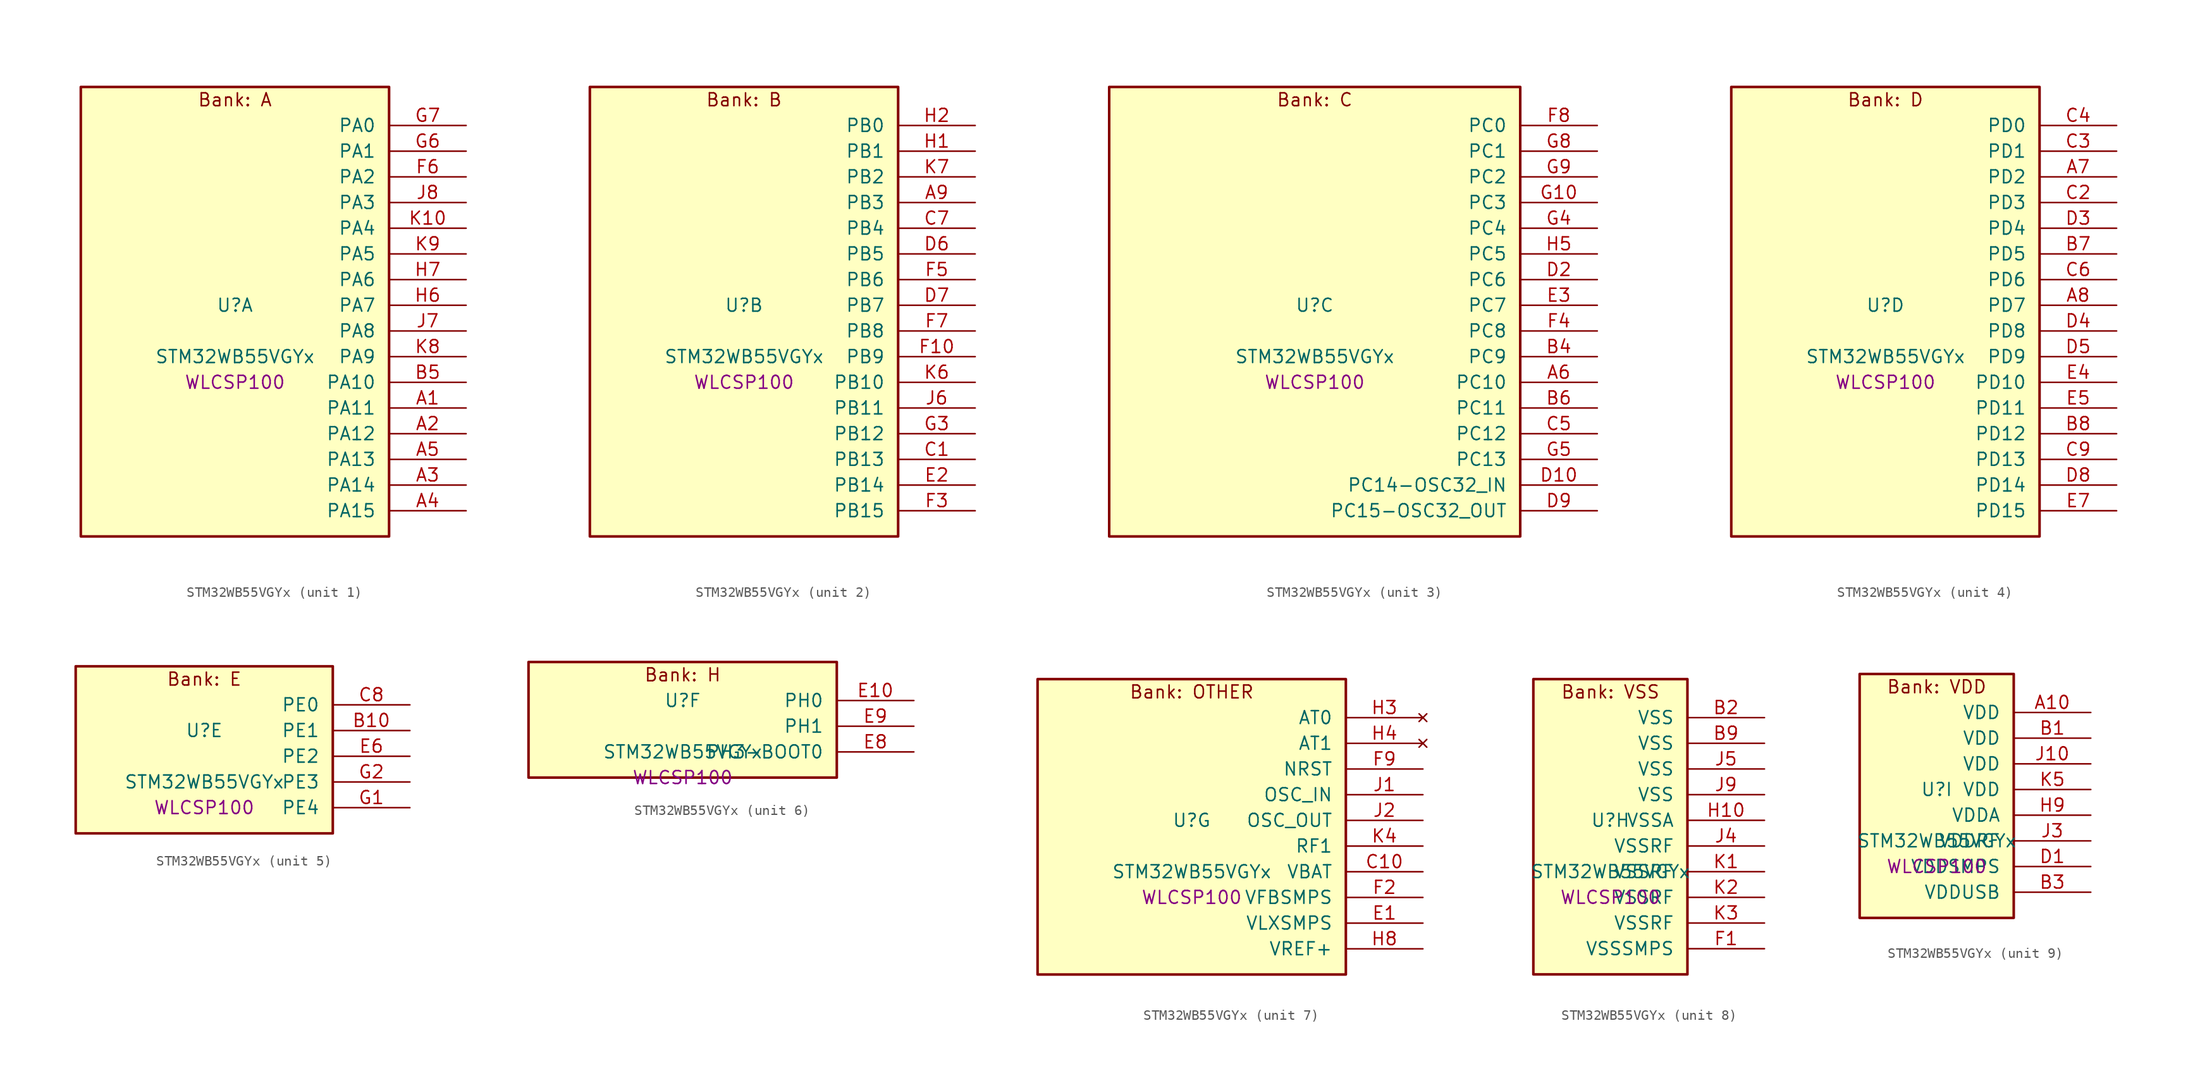
<source format=kicad_sym>
(kicad_symbol_lib
  (version 20241209)
  (generator "stm32_pkl_generator")
  (generator_version "1.0")
  (symbol "STM32WB55VGYx"
    (pin_names
      (offset 1.27))
    (property "Reference" "U"
      (at 0 2.54 0))
    (property "Value" "STM32WB55VGYx"
      (at 0 -2.54 0))
    (property "Footprint" "WLCSP100"
      (at 0 -5.08 0))
    (symbol "STM32WB55VGYx_1_1"
      (rectangle (start -15.24 24.13) (end 15.24 -20.32) (stroke (width 0.254) (type solid)) (fill (type background)))
      (text "Bank: A" (at 0 22.86 0))
      (pin bidirectional line (at 22.86 20.32 180) (length 7.62) (name "PA0") (number "G7") (alternate "PA0/ADC1_IN5" bidirectional line) (alternate "PA0/COMP1_INM" bidirectional line) (alternate "PA0/COMP1_OUT" bidirectional line) (alternate "PA0/RTC_TAMP2" bidirectional line) (alternate "PA0/SAI1_EXTCLK" bidirectional line) (alternate "PA0/SYS_WKUP1" bidirectional line) (alternate "PA0/TIM2_CH1" bidirectional line) (alternate "PA0/TIM2_ETR" bidirectional line))
      (pin bidirectional line (at 22.86 17.78 180) (length 7.62) (name "PA1") (number "G6") (alternate "PA1/ADC1_IN6" bidirectional line) (alternate "PA1/COMP1_INP" bidirectional line) (alternate "PA1/I2C1_SMBA" bidirectional line) (alternate "PA1/LCD_SEG0" bidirectional line) (alternate "PA1/SPI1_SCK" bidirectional line) (alternate "PA1/TIM2_CH2" bidirectional line))
      (pin bidirectional line (at 22.86 15.24 180) (length 7.62) (name "PA2") (number "F6") (alternate "PA2/ADC1_IN7" bidirectional line) (alternate "PA2/COMP2_INM" bidirectional line) (alternate "PA2/COMP2_OUT" bidirectional line) (alternate "PA2/LCD_SEG1" bidirectional line) (alternate "PA2/LPUART1_TX" bidirectional line) (alternate "PA2/QUADSPI_BK1_NCS" bidirectional line) (alternate "PA2/RCC_LSCO" bidirectional line) (alternate "PA2/SYS_WKUP4" bidirectional line) (alternate "PA2/TIM2_CH3" bidirectional line))
      (pin bidirectional line (at 22.86 12.7 180) (length 7.62) (name "PA3") (number "J8") (alternate "PA3/ADC1_IN8" bidirectional line) (alternate "PA3/COMP2_INP" bidirectional line) (alternate "PA3/LCD_SEG2" bidirectional line) (alternate "PA3/LPUART1_RX" bidirectional line) (alternate "PA3/QUADSPI_CLK" bidirectional line) (alternate "PA3/SAI1_CK1" bidirectional line) (alternate "PA3/SAI1_MCLK_A" bidirectional line) (alternate "PA3/TIM2_CH4" bidirectional line))
      (pin bidirectional line (at 22.86 10.16 180) (length 7.62) (name "PA4") (number "K10") (alternate "PA4/ADC1_IN9" bidirectional line) (alternate "PA4/COMP1_INM" bidirectional line) (alternate "PA4/COMP2_INM" bidirectional line) (alternate "PA4/LCD_SEG5" bidirectional line) (alternate "PA4/LPTIM2_OUT" bidirectional line) (alternate "PA4/SAI1_FS_B" bidirectional line) (alternate "PA4/SPI1_NSS" bidirectional line))
      (pin bidirectional line (at 22.86 7.62 180) (length 7.62) (name "PA5") (number "K9") (alternate "PA5/ADC1_IN10" bidirectional line) (alternate "PA5/COMP1_INM" bidirectional line) (alternate "PA5/COMP2_INM" bidirectional line) (alternate "PA5/LPTIM2_ETR" bidirectional line) (alternate "PA5/SAI1_SD_B" bidirectional line) (alternate "PA5/SPI1_SCK" bidirectional line) (alternate "PA5/TIM2_CH1" bidirectional line) (alternate "PA5/TIM2_ETR" bidirectional line))
      (pin bidirectional line (at 22.86 5.08 180) (length 7.62) (name "PA6") (number "H7") (alternate "PA6/ADC1_IN11" bidirectional line) (alternate "PA6/LCD_SEG3" bidirectional line) (alternate "PA6/LPUART1_CTS" bidirectional line) (alternate "PA6/QUADSPI_BK1_IO3" bidirectional line) (alternate "PA6/SPI1_MISO" bidirectional line) (alternate "PA6/TIM16_CH1" bidirectional line) (alternate "PA6/TIM1_BKIN" bidirectional line))
      (pin bidirectional line (at 22.86 2.54 180) (length 7.62) (name "PA7") (number "H6") (alternate "PA7/ADC1_IN12" bidirectional line) (alternate "PA7/COMP2_OUT" bidirectional line) (alternate "PA7/I2C3_SCL" bidirectional line) (alternate "PA7/LCD_SEG4" bidirectional line) (alternate "PA7/QUADSPI_BK1_IO2" bidirectional line) (alternate "PA7/SPI1_MOSI" bidirectional line) (alternate "PA7/TIM17_CH1" bidirectional line) (alternate "PA7/TIM1_CH1N" bidirectional line))
      (pin bidirectional line (at 22.86 0 180) (length 7.62) (name "PA8") (number "J7") (alternate "PA8/ADC1_IN15" bidirectional line) (alternate "PA8/LCD_COM0" bidirectional line) (alternate "PA8/LPTIM2_OUT" bidirectional line) (alternate "PA8/RCC_MCO" bidirectional line) (alternate "PA8/SAI1_CK2" bidirectional line) (alternate "PA8/SAI1_SCK_A" bidirectional line) (alternate "PA8/TIM1_CH1" bidirectional line) (alternate "PA8/USART1_CK" bidirectional line))
      (pin bidirectional line (at 22.86 -2.54 180) (length 7.62) (name "PA9") (number "K8") (alternate "PA9/ADC1_IN16" bidirectional line) (alternate "PA9/COMP1_INM" bidirectional line) (alternate "PA9/I2C1_SCL" bidirectional line) (alternate "PA9/LCD_COM1" bidirectional line) (alternate "PA9/SAI1_D2" bidirectional line) (alternate "PA9/SAI1_FS_A" bidirectional line) (alternate "PA9/SPI2_SCK" bidirectional line) (alternate "PA9/TIM1_CH2" bidirectional line) (alternate "PA9/USART1_TX" bidirectional line))
      (pin bidirectional line (at 22.86 -5.08 180) (length 7.62) (name "PA10") (number "B5") (alternate "PA10/CRS_SYNC" bidirectional line) (alternate "PA10/I2C1_SDA" bidirectional line) (alternate "PA10/LCD_COM2" bidirectional line) (alternate "PA10/SAI1_D1" bidirectional line) (alternate "PA10/SAI1_SD_A" bidirectional line) (alternate "PA10/TIM17_BKIN" bidirectional line) (alternate "PA10/TIM1_CH3" bidirectional line) (alternate "PA10/USART1_RX" bidirectional line))
      (pin bidirectional line (at 22.86 -7.62 180) (length 7.62) (name "PA11") (number "A1") (alternate "PA11/ADC1_EXTI11" bidirectional line) (alternate "PA11/SPI1_MISO" bidirectional line) (alternate "PA11/TIM1_BKIN2" bidirectional line) (alternate "PA11/TIM1_CH4" bidirectional line) (alternate "PA11/USART1_CTS" bidirectional line) (alternate "PA11/USART1_NSS" bidirectional line) (alternate "PA11/USB_DM" bidirectional line))
      (pin bidirectional line (at 22.86 -10.16 180) (length 7.62) (name "PA12") (number "A2") (alternate "PA12/LPUART1_RX" bidirectional line) (alternate "PA12/SPI1_MOSI" bidirectional line) (alternate "PA12/TIM1_ETR" bidirectional line) (alternate "PA12/USART1_DE" bidirectional line) (alternate "PA12/USART1_RTS" bidirectional line) (alternate "PA12/USB_DP" bidirectional line))
      (pin bidirectional line (at 22.86 -12.7 180) (length 7.62) (name "PA13") (number "A5") (alternate "PA13/IR_OUT" bidirectional line) (alternate "PA13/SAI1_SD_B" bidirectional line) (alternate "PA13/SYS_JTMS-SWDIO" bidirectional line) (alternate "PA13/USB_NOE" bidirectional line))
      (pin bidirectional line (at 22.86 -15.24 180) (length 7.62) (name "PA14") (number "A3") (alternate "PA14/I2C1_SMBA" bidirectional line) (alternate "PA14/LCD_SEG5" bidirectional line) (alternate "PA14/LPTIM1_OUT" bidirectional line) (alternate "PA14/SAI1_FS_B" bidirectional line) (alternate "PA14/SYS_JTCK-SWCLK" bidirectional line))
      (pin bidirectional line (at 22.86 -17.78 180) (length 7.62) (name "PA15") (number "A4") (alternate "PA15/ADC1_EXTI15" bidirectional line) (alternate "PA15/LCD_SEG17" bidirectional line) (alternate "PA15/RCC_MCO" bidirectional line) (alternate "PA15/SPI1_NSS" bidirectional line) (alternate "PA15/SYS_JTDI" bidirectional line) (alternate "PA15/TIM2_CH1" bidirectional line) (alternate "PA15/TIM2_ETR" bidirectional line) (alternate "PA15/TSC_G3_IO1" bidirectional line)))
    (symbol "STM32WB55VGYx_2_1"
      (rectangle (start -15.24 24.13) (end 15.24 -20.32) (stroke (width 0.254) (type solid)) (fill (type background)))
      (text "Bank: B" (at 0 22.86 0))
      (pin bidirectional line (at 22.86 20.32 180) (length 7.62) (name "PB0") (number "H2") (alternate "PB0/COMP1_OUT" bidirectional line) (alternate "PB0/RF_TX_MOD_EXT_PA" bidirectional line))
      (pin bidirectional line (at 22.86 17.78 180) (length 7.62) (name "PB1") (number "H1") (alternate "PB1/LPTIM2_IN1" bidirectional line) (alternate "PB1/LPUART1_DE" bidirectional line) (alternate "PB1/LPUART1_RTS" bidirectional line))
      (pin bidirectional line (at 22.86 15.24 180) (length 7.62) (name "PB2") (number "K7") (alternate "PB2/COMP1_INP" bidirectional line) (alternate "PB2/I2C3_SMBA" bidirectional line) (alternate "PB2/LCD_VLCD" bidirectional line) (alternate "PB2/LPTIM1_OUT" bidirectional line) (alternate "PB2/RTC_OUT2" bidirectional line) (alternate "PB2/SAI1_EXTCLK" bidirectional line) (alternate "PB2/SPI1_NSS" bidirectional line))
      (pin bidirectional line (at 22.86 12.7 180) (length 7.62) (name "PB3") (number "A9") (alternate "PB3/COMP2_INM" bidirectional line) (alternate "PB3/LCD_SEG7" bidirectional line) (alternate "PB3/SAI1_SCK_B" bidirectional line) (alternate "PB3/SPI1_SCK" bidirectional line) (alternate "PB3/SYS_JTDO-SWO" bidirectional line) (alternate "PB3/TIM2_CH2" bidirectional line) (alternate "PB3/USART1_DE" bidirectional line) (alternate "PB3/USART1_RTS" bidirectional line))
      (pin bidirectional line (at 22.86 10.16 180) (length 7.62) (name "PB4") (number "C7") (alternate "PB4/COMP2_INP" bidirectional line) (alternate "PB4/I2C3_SDA" bidirectional line) (alternate "PB4/LCD_SEG8" bidirectional line) (alternate "PB4/SAI1_MCLK_B" bidirectional line) (alternate "PB4/SPI1_MISO" bidirectional line) (alternate "PB4/SYS_JTRST" bidirectional line) (alternate "PB4/TIM17_BKIN" bidirectional line) (alternate "PB4/TSC_G2_IO1" bidirectional line) (alternate "PB4/USART1_CTS" bidirectional line) (alternate "PB4/USART1_NSS" bidirectional line))
      (pin bidirectional line (at 22.86 7.62 180) (length 7.62) (name "PB5") (number "D6") (alternate "PB5/COMP2_OUT" bidirectional line) (alternate "PB5/I2C1_SMBA" bidirectional line) (alternate "PB5/LCD_SEG9" bidirectional line) (alternate "PB5/LPTIM1_IN1" bidirectional line) (alternate "PB5/LPUART1_TX" bidirectional line) (alternate "PB5/SAI1_SD_B" bidirectional line) (alternate "PB5/SPI1_MOSI" bidirectional line) (alternate "PB5/TIM16_BKIN" bidirectional line) (alternate "PB5/TSC_G2_IO2" bidirectional line) (alternate "PB5/USART1_CK" bidirectional line))
      (pin bidirectional line (at 22.86 5.08 180) (length 7.62) (name "PB6") (number "F5") (alternate "PB6/COMP2_INP" bidirectional line) (alternate "PB6/I2C1_SCL" bidirectional line) (alternate "PB6/LCD_SEG6" bidirectional line) (alternate "PB6/LPTIM1_ETR" bidirectional line) (alternate "PB6/RCC_MCO" bidirectional line) (alternate "PB6/SAI1_FS_B" bidirectional line) (alternate "PB6/TIM16_CH1N" bidirectional line) (alternate "PB6/TSC_G2_IO3" bidirectional line) (alternate "PB6/USART1_TX" bidirectional line))
      (pin bidirectional line (at 22.86 2.54 180) (length 7.62) (name "PB7") (number "D7") (alternate "PB7/COMP2_INM" bidirectional line) (alternate "PB7/I2C1_SDA" bidirectional line) (alternate "PB7/LCD_SEG21" bidirectional line) (alternate "PB7/LPTIM1_IN2" bidirectional line) (alternate "PB7/SYS_PVD_IN" bidirectional line) (alternate "PB7/TIM17_CH1N" bidirectional line) (alternate "PB7/TIM1_BKIN" bidirectional line) (alternate "PB7/TSC_G2_IO4" bidirectional line) (alternate "PB7/USART1_RX" bidirectional line))
      (pin bidirectional line (at 22.86 0 180) (length 7.62) (name "PB8") (number "F7") (alternate "PB8/I2C1_SCL" bidirectional line) (alternate "PB8/LCD_SEG16" bidirectional line) (alternate "PB8/QUADSPI_BK1_IO1" bidirectional line) (alternate "PB8/SAI1_CK1" bidirectional line) (alternate "PB8/SAI1_MCLK_A" bidirectional line) (alternate "PB8/TIM16_CH1" bidirectional line) (alternate "PB8/TIM1_CH2N" bidirectional line))
      (pin bidirectional line (at 22.86 -2.54 180) (length 7.62) (name "PB9") (number "F10") (alternate "PB9/I2C1_SDA" bidirectional line) (alternate "PB9/IR_OUT" bidirectional line) (alternate "PB9/LCD_COM3" bidirectional line) (alternate "PB9/QUADSPI_BK1_IO0" bidirectional line) (alternate "PB9/SAI1_D2" bidirectional line) (alternate "PB9/SAI1_FS_A" bidirectional line) (alternate "PB9/SPI2_NSS" bidirectional line) (alternate "PB9/TIM17_CH1" bidirectional line) (alternate "PB9/TIM1_CH3N" bidirectional line) (alternate "PB9/TSC_G7_IO4" bidirectional line))
      (pin bidirectional line (at 22.86 -5.08 180) (length 7.62) (name "PB10") (number "K6") (alternate "PB10/COMP1_OUT" bidirectional line) (alternate "PB10/I2C3_SCL" bidirectional line) (alternate "PB10/LCD_SEG10" bidirectional line) (alternate "PB10/LPUART1_RX" bidirectional line) (alternate "PB10/QUADSPI_CLK" bidirectional line) (alternate "PB10/SAI1_SCK_A" bidirectional line) (alternate "PB10/SPI2_SCK" bidirectional line) (alternate "PB10/TIM2_CH3" bidirectional line) (alternate "PB10/TSC_SYNC" bidirectional line))
      (pin bidirectional line (at 22.86 -7.62 180) (length 7.62) (name "PB11") (number "J6") (alternate "PB11/ADC1_EXTI11" bidirectional line) (alternate "PB11/COMP2_OUT" bidirectional line) (alternate "PB11/I2C3_SDA" bidirectional line) (alternate "PB11/LCD_SEG11" bidirectional line) (alternate "PB11/LPUART1_TX" bidirectional line) (alternate "PB11/QUADSPI_BK1_NCS" bidirectional line) (alternate "PB11/TIM2_CH4" bidirectional line))
      (pin bidirectional line (at 22.86 -10.16 180) (length 7.62) (name "PB12") (number "G3") (alternate "PB12/I2C3_SMBA" bidirectional line) (alternate "PB12/LCD_SEG12" bidirectional line) (alternate "PB12/LPUART1_DE" bidirectional line) (alternate "PB12/LPUART1_RTS" bidirectional line) (alternate "PB12/SAI1_FS_A" bidirectional line) (alternate "PB12/SPI2_NSS" bidirectional line) (alternate "PB12/TIM1_BKIN" bidirectional line) (alternate "PB12/TSC_G1_IO1" bidirectional line))
      (pin bidirectional line (at 22.86 -12.7 180) (length 7.62) (name "PB13") (number "C1") (alternate "PB13/I2C3_SCL" bidirectional line) (alternate "PB13/LCD_SEG13" bidirectional line) (alternate "PB13/LPUART1_CTS" bidirectional line) (alternate "PB13/SAI1_SCK_A" bidirectional line) (alternate "PB13/SPI2_SCK" bidirectional line) (alternate "PB13/TIM1_CH1N" bidirectional line) (alternate "PB13/TSC_G1_IO2" bidirectional line))
      (pin bidirectional line (at 22.86 -15.24 180) (length 7.62) (name "PB14") (number "E2") (alternate "PB14/I2C3_SDA" bidirectional line) (alternate "PB14/LCD_SEG14" bidirectional line) (alternate "PB14/SAI1_MCLK_A" bidirectional line) (alternate "PB14/SPI2_MISO" bidirectional line) (alternate "PB14/TIM1_CH2N" bidirectional line) (alternate "PB14/TSC_G1_IO3" bidirectional line))
      (pin bidirectional line (at 22.86 -17.78 180) (length 7.62) (name "PB15") (number "F3") (alternate "PB15/ADC1_EXTI15" bidirectional line) (alternate "PB15/LCD_SEG15" bidirectional line) (alternate "PB15/RTC_REFIN" bidirectional line) (alternate "PB15/SAI1_SD_A" bidirectional line) (alternate "PB15/SPI2_MOSI" bidirectional line) (alternate "PB15/TIM1_CH3N" bidirectional line) (alternate "PB15/TSC_G1_IO4" bidirectional line)))
    (symbol "STM32WB55VGYx_3_1"
      (rectangle (start -20.32 24.13) (end 20.32 -20.32) (stroke (width 0.254) (type solid)) (fill (type background)))
      (text "Bank: C" (at 0 22.86 0))
      (pin bidirectional line (at 27.94 20.32 180) (length 7.62) (name "PC0") (number "F8") (alternate "PC0/ADC1_IN1" bidirectional line) (alternate "PC0/I2C3_SCL" bidirectional line) (alternate "PC0/LCD_SEG18" bidirectional line) (alternate "PC0/LPTIM1_IN1" bidirectional line) (alternate "PC0/LPTIM2_IN1" bidirectional line) (alternate "PC0/LPUART1_RX" bidirectional line))
      (pin bidirectional line (at 27.94 17.78 180) (length 7.62) (name "PC1") (number "G8") (alternate "PC1/ADC1_IN2" bidirectional line) (alternate "PC1/I2C3_SDA" bidirectional line) (alternate "PC1/LCD_SEG19" bidirectional line) (alternate "PC1/LPTIM1_OUT" bidirectional line) (alternate "PC1/LPUART1_TX" bidirectional line) (alternate "PC1/SPI2_MOSI" bidirectional line))
      (pin bidirectional line (at 27.94 15.24 180) (length 7.62) (name "PC2") (number "G9") (alternate "PC2/ADC1_IN3" bidirectional line) (alternate "PC2/LCD_SEG20" bidirectional line) (alternate "PC2/LPTIM1_IN2" bidirectional line) (alternate "PC2/SPI2_MISO" bidirectional line))
      (pin bidirectional line (at 27.94 12.7 180) (length 7.62) (name "PC3") (number "G10") (alternate "PC3/ADC1_IN4" bidirectional line) (alternate "PC3/LCD_VLCD" bidirectional line) (alternate "PC3/LPTIM1_ETR" bidirectional line) (alternate "PC3/LPTIM2_ETR" bidirectional line) (alternate "PC3/SAI1_D1" bidirectional line) (alternate "PC3/SAI1_SD_A" bidirectional line) (alternate "PC3/SPI2_MOSI" bidirectional line))
      (pin bidirectional line (at 27.94 10.16 180) (length 7.62) (name "PC4") (number "G4") (alternate "PC4/ADC1_IN13" bidirectional line) (alternate "PC4/COMP1_INM" bidirectional line) (alternate "PC4/LCD_SEG22" bidirectional line))
      (pin bidirectional line (at 27.94 7.62 180) (length 7.62) (name "PC5") (number "H5") (alternate "PC5/ADC1_IN14" bidirectional line) (alternate "PC5/COMP1_INP" bidirectional line) (alternate "PC5/LCD_SEG23" bidirectional line) (alternate "PC5/SAI1_D3" bidirectional line) (alternate "PC5/SYS_WKUP5" bidirectional line))
      (pin bidirectional line (at 27.94 5.08 180) (length 7.62) (name "PC6") (number "D2") (alternate "PC6/LCD_SEG24" bidirectional line) (alternate "PC6/TSC_G4_IO1" bidirectional line))
      (pin bidirectional line (at 27.94 2.54 180) (length 7.62) (name "PC7") (number "E3") (alternate "PC7/LCD_SEG25" bidirectional line) (alternate "PC7/TSC_G4_IO2" bidirectional line))
      (pin bidirectional line (at 27.94 0 180) (length 7.62) (name "PC8") (number "F4") (alternate "PC8/LCD_SEG26" bidirectional line) (alternate "PC8/TSC_G4_IO3" bidirectional line))
      (pin bidirectional line (at 27.94 -2.54 180) (length 7.62) (name "PC9") (number "B4") (alternate "PC9/LCD_SEG27" bidirectional line) (alternate "PC9/SAI1_SCK_B" bidirectional line) (alternate "PC9/TIM1_BKIN" bidirectional line) (alternate "PC9/TSC_G4_IO4" bidirectional line) (alternate "PC9/USB_NOE" bidirectional line))
      (pin bidirectional line (at 27.94 -5.08 180) (length 7.62) (name "PC10") (number "A6") (alternate "PC10/LCD_COM4" bidirectional line) (alternate "PC10/LCD_SEG28" bidirectional line) (alternate "PC10/LCD_SEG40" bidirectional line) (alternate "PC10/SYS_TRACED1" bidirectional line) (alternate "PC10/TSC_G3_IO2" bidirectional line))
      (pin bidirectional line (at 27.94 -7.62 180) (length 7.62) (name "PC11") (number "B6") (alternate "PC11/ADC1_EXTI11" bidirectional line) (alternate "PC11/LCD_COM5" bidirectional line) (alternate "PC11/LCD_SEG29" bidirectional line) (alternate "PC11/LCD_SEG41" bidirectional line) (alternate "PC11/TSC_G3_IO3" bidirectional line))
      (pin bidirectional line (at 27.94 -10.16 180) (length 7.62) (name "PC12") (number "C5") (alternate "PC12/LCD_COM6" bidirectional line) (alternate "PC12/LCD_SEG30" bidirectional line) (alternate "PC12/LCD_SEG42" bidirectional line) (alternate "PC12/RCC_LSCO" bidirectional line) (alternate "PC12/RTC_TAMP3" bidirectional line) (alternate "PC12/SYS_TRACED3" bidirectional line) (alternate "PC12/SYS_WKUP3" bidirectional line) (alternate "PC12/TSC_G3_IO4" bidirectional line))
      (pin bidirectional line (at 27.94 -12.7 180) (length 7.62) (name "PC13") (number "G5") (alternate "PC13/RTC_OUT1" bidirectional line) (alternate "PC13/RTC_TAMP1" bidirectional line) (alternate "PC13/RTC_TS" bidirectional line) (alternate "PC13/SYS_WKUP2" bidirectional line))
      (pin bidirectional line (at 27.94 -15.24 180) (length 7.62) (name "PC14-OSC32_IN") (number "D10") (alternate "PC14-OSC32_IN/RCC_OSC32_IN" bidirectional line))
      (pin bidirectional line (at 27.94 -17.78 180) (length 7.62) (name "PC15-OSC32_OUT") (number "D9") (alternate "PC15-OSC32_OUT/ADC1_EXTI15" bidirectional line) (alternate "PC15-OSC32_OUT/RCC_OSC32_OUT" bidirectional line)))
    (symbol "STM32WB55VGYx_4_1"
      (rectangle (start -15.24 24.13) (end 15.24 -20.32) (stroke (width 0.254) (type solid)) (fill (type background)))
      (text "Bank: D" (at 0 22.86 0))
      (pin bidirectional line (at 22.86 20.32 180) (length 7.62) (name "PD0") (number "C4") (alternate "PD0/SPI2_NSS" bidirectional line))
      (pin bidirectional line (at 22.86 17.78 180) (length 7.62) (name "PD1") (number "C3") (alternate "PD1/SPI2_SCK" bidirectional line))
      (pin bidirectional line (at 22.86 15.24 180) (length 7.62) (name "PD2") (number "A7") (alternate "PD2/LCD_COM7" bidirectional line) (alternate "PD2/LCD_SEG31" bidirectional line) (alternate "PD2/LCD_SEG43" bidirectional line) (alternate "PD2/SYS_TRACED2" bidirectional line) (alternate "PD2/TSC_SYNC" bidirectional line))
      (pin bidirectional line (at 22.86 12.7 180) (length 7.62) (name "PD3") (number "C2") (alternate "PD3/QUADSPI_BK1_NCS" bidirectional line) (alternate "PD3/SPI2_MISO" bidirectional line) (alternate "PD3/SPI2_SCK" bidirectional line))
      (pin bidirectional line (at 22.86 10.16 180) (length 7.62) (name "PD4") (number "D3") (alternate "PD4/QUADSPI_BK1_IO0" bidirectional line) (alternate "PD4/SPI2_MOSI" bidirectional line) (alternate "PD4/TSC_G5_IO1" bidirectional line))
      (pin bidirectional line (at 22.86 7.62 180) (length 7.62) (name "PD5") (number "B7") (alternate "PD5/QUADSPI_BK1_IO1" bidirectional line) (alternate "PD5/SAI1_MCLK_B" bidirectional line) (alternate "PD5/TSC_G5_IO2" bidirectional line))
      (pin bidirectional line (at 22.86 5.08 180) (length 7.62) (name "PD6") (number "C6") (alternate "PD6/QUADSPI_BK1_IO2" bidirectional line) (alternate "PD6/SAI1_D1" bidirectional line) (alternate "PD6/SAI1_SD_A" bidirectional line) (alternate "PD6/TSC_G5_IO3" bidirectional line))
      (pin bidirectional line (at 22.86 2.54 180) (length 7.62) (name "PD7") (number "A8") (alternate "PD7/LCD_SEG39" bidirectional line) (alternate "PD7/QUADSPI_BK1_IO3" bidirectional line) (alternate "PD7/TSC_G5_IO4" bidirectional line))
      (pin bidirectional line (at 22.86 0 180) (length 7.62) (name "PD8") (number "D4") (alternate "PD8/LCD_SEG28" bidirectional line) (alternate "PD8/TIM1_BKIN2" bidirectional line))
      (pin bidirectional line (at 22.86 -2.54 180) (length 7.62) (name "PD9") (number "D5") (alternate "PD9/LCD_SEG29" bidirectional line) (alternate "PD9/SYS_TRACED0" bidirectional line))
      (pin bidirectional line (at 22.86 -5.08 180) (length 7.62) (name "PD10") (number "E4") (alternate "PD10/LCD_SEG30" bidirectional line) (alternate "PD10/SYS_TRIG_INOUT" bidirectional line) (alternate "PD10/TSC_G6_IO1" bidirectional line))
      (pin bidirectional line (at 22.86 -7.62 180) (length 7.62) (name "PD11") (number "E5") (alternate "PD11/ADC1_EXTI11" bidirectional line) (alternate "PD11/LCD_SEG31" bidirectional line) (alternate "PD11/LPTIM2_ETR" bidirectional line) (alternate "PD11/TSC_G6_IO2" bidirectional line))
      (pin bidirectional line (at 22.86 -10.16 180) (length 7.62) (name "PD12") (number "B8") (alternate "PD12/LCD_SEG32" bidirectional line) (alternate "PD12/LPTIM2_IN1" bidirectional line) (alternate "PD12/TSC_G6_IO3" bidirectional line))
      (pin bidirectional line (at 22.86 -12.7 180) (length 7.62) (name "PD13") (number "C9") (alternate "PD13/LCD_SEG33" bidirectional line) (alternate "PD13/LPTIM2_OUT" bidirectional line) (alternate "PD13/TSC_G6_IO4" bidirectional line))
      (pin bidirectional line (at 22.86 -15.24 180) (length 7.62) (name "PD14") (number "D8") (alternate "PD14/LCD_SEG34" bidirectional line) (alternate "PD14/TIM1_CH1" bidirectional line))
      (pin bidirectional line (at 22.86 -17.78 180) (length 7.62) (name "PD15") (number "E7") (alternate "PD15/ADC1_EXTI15" bidirectional line) (alternate "PD15/LCD_SEG35" bidirectional line) (alternate "PD15/TIM1_CH2" bidirectional line)))
    (symbol "STM32WB55VGYx_5_1"
      (rectangle (start -12.7 8.89) (end 12.7 -7.62) (stroke (width 0.254) (type solid)) (fill (type background)))
      (text "Bank: E" (at 0 7.62 0))
      (pin bidirectional line (at 20.32 5.08 180) (length 7.62) (name "PE0") (number "C8") (alternate "PE0/LCD_SEG36" bidirectional line) (alternate "PE0/TIM16_CH1" bidirectional line) (alternate "PE0/TIM1_ETR" bidirectional line) (alternate "PE0/TSC_G7_IO3" bidirectional line))
      (pin bidirectional line (at 20.32 2.54 180) (length 7.62) (name "PE1") (number "B10") (alternate "PE1/LCD_SEG37" bidirectional line) (alternate "PE1/TIM17_CH1" bidirectional line) (alternate "PE1/TSC_G7_IO2" bidirectional line))
      (pin bidirectional line (at 20.32 0 180) (length 7.62) (name "PE2") (number "E6") (alternate "PE2/LCD_SEG38" bidirectional line) (alternate "PE2/SAI1_CK1" bidirectional line) (alternate "PE2/SAI1_MCLK_A" bidirectional line) (alternate "PE2/SYS_TRACECLK" bidirectional line) (alternate "PE2/TSC_G7_IO1" bidirectional line))
      (pin bidirectional line (at 20.32 -2.54 180) (length 7.62) (name "PE3") (number "G2"))
      (pin bidirectional line (at 20.32 -5.08 180) (length 7.62) (name "PE4") (number "G1")))
    (symbol "STM32WB55VGYx_6_1"
      (rectangle (start -15.24 6.35) (end 15.24 -5.08) (stroke (width 0.254) (type solid)) (fill (type background)))
      (text "Bank: H" (at 0 5.08 0))
      (pin bidirectional line (at 22.86 2.54 180) (length 7.62) (name "PH0") (number "E10"))
      (pin bidirectional line (at 22.86 0 180) (length 7.62) (name "PH1") (number "E9"))
      (pin bidirectional line (at 22.86 -2.54 180) (length 7.62) (name "PH3-BOOT0") (number "E8") (alternate "PH3-BOOT0/RCC_LSCO" bidirectional line)))
    (symbol "STM32WB55VGYx_7_1"
      (rectangle (start -15.24 16.51) (end 15.24 -12.7) (stroke (width 0.254) (type solid)) (fill (type background)))
      (text "Bank: OTHER" (at 0 15.24 0))
      (pin no_connect line (at 22.86 12.7 180) (length 7.62) (name "AT0") (number "H3"))
      (pin no_connect line (at 22.86 10.16 180) (length 7.62) (name "AT1") (number "H4"))
      (pin input line (at 22.86 7.62 180) (length 7.62) (name "NRST") (number "F9"))
      (pin bidirectional line (at 22.86 5.08 180) (length 7.62) (name "OSC_IN") (number "J1") (alternate "OSC_IN/RCC_OSC_IN" bidirectional line))
      (pin bidirectional line (at 22.86 2.54 180) (length 7.62) (name "OSC_OUT") (number "J2") (alternate "OSC_OUT/RCC_OSC_OUT" bidirectional line))
      (pin bidirectional line (at 22.86 0 180) (length 7.62) (name "RF1") (number "K4") (alternate "RF1/RF_RF1" bidirectional line))
      (pin power_in line (at 22.86 -2.54 180) (length 7.62) (name "VBAT") (number "C10"))
      (pin power_in line (at 22.86 -5.08 180) (length 7.62) (name "VFBSMPS") (number "F2"))
      (pin power_in line (at 22.86 -7.62 180) (length 7.62) (name "VLXSMPS") (number "E1"))
      (pin bidirectional line (at 22.86 -10.16 180) (length 7.62) (name "VREF+") (number "H8") (alternate "VREF+/VREFBUF_OUT" bidirectional line)))
    (symbol "STM32WB55VGYx_8_1"
      (rectangle (start -7.62 16.51) (end 7.62 -12.7) (stroke (width 0.254) (type solid)) (fill (type background)))
      (text "Bank: VSS" (at 0 15.24 0))
      (pin power_in line (at 15.24 12.7 180) (length 7.62) (name "VSS") (number "B2"))
      (pin power_in line (at 15.24 10.16 180) (length 7.62) (name "VSS") (number "B9"))
      (pin power_in line (at 15.24 7.62 180) (length 7.62) (name "VSS") (number "J5"))
      (pin power_in line (at 15.24 5.08 180) (length 7.62) (name "VSS") (number "J9"))
      (pin power_in line (at 15.24 2.54 180) (length 7.62) (name "VSSA") (number "H10"))
      (pin power_in line (at 15.24 0 180) (length 7.62) (name "VSSRF") (number "J4"))
      (pin power_in line (at 15.24 -2.54 180) (length 7.62) (name "VSSRF") (number "K1"))
      (pin power_in line (at 15.24 -5.08 180) (length 7.62) (name "VSSRF") (number "K2"))
      (pin power_in line (at 15.24 -7.62 180) (length 7.62) (name "VSSRF") (number "K3"))
      (pin power_in line (at 15.24 -10.16 180) (length 7.62) (name "VSSSMPS") (number "F1")))
    (symbol "STM32WB55VGYx_9_1"
      (rectangle (start -7.62 13.97) (end 7.62 -10.16) (stroke (width 0.254) (type solid)) (fill (type background)))
      (text "Bank: VDD" (at 0 12.7 0))
      (pin power_in line (at 15.24 10.16 180) (length 7.62) (name "VDD") (number "A10"))
      (pin power_in line (at 15.24 7.62 180) (length 7.62) (name "VDD") (number "B1"))
      (pin power_in line (at 15.24 5.08 180) (length 7.62) (name "VDD") (number "J10"))
      (pin power_in line (at 15.24 2.54 180) (length 7.62) (name "VDD") (number "K5"))
      (pin power_in line (at 15.24 0 180) (length 7.62) (name "VDDA") (number "H9"))
      (pin power_in line (at 15.24 -2.54 180) (length 7.62) (name "VDDRF") (number "J3"))
      (pin power_in line (at 15.24 -5.08 180) (length 7.62) (name "VDDSMPS") (number "D1"))
      (pin power_in line (at 15.24 -7.62 180) (length 7.62) (name "VDDUSB") (number "B3")))))
</source>
